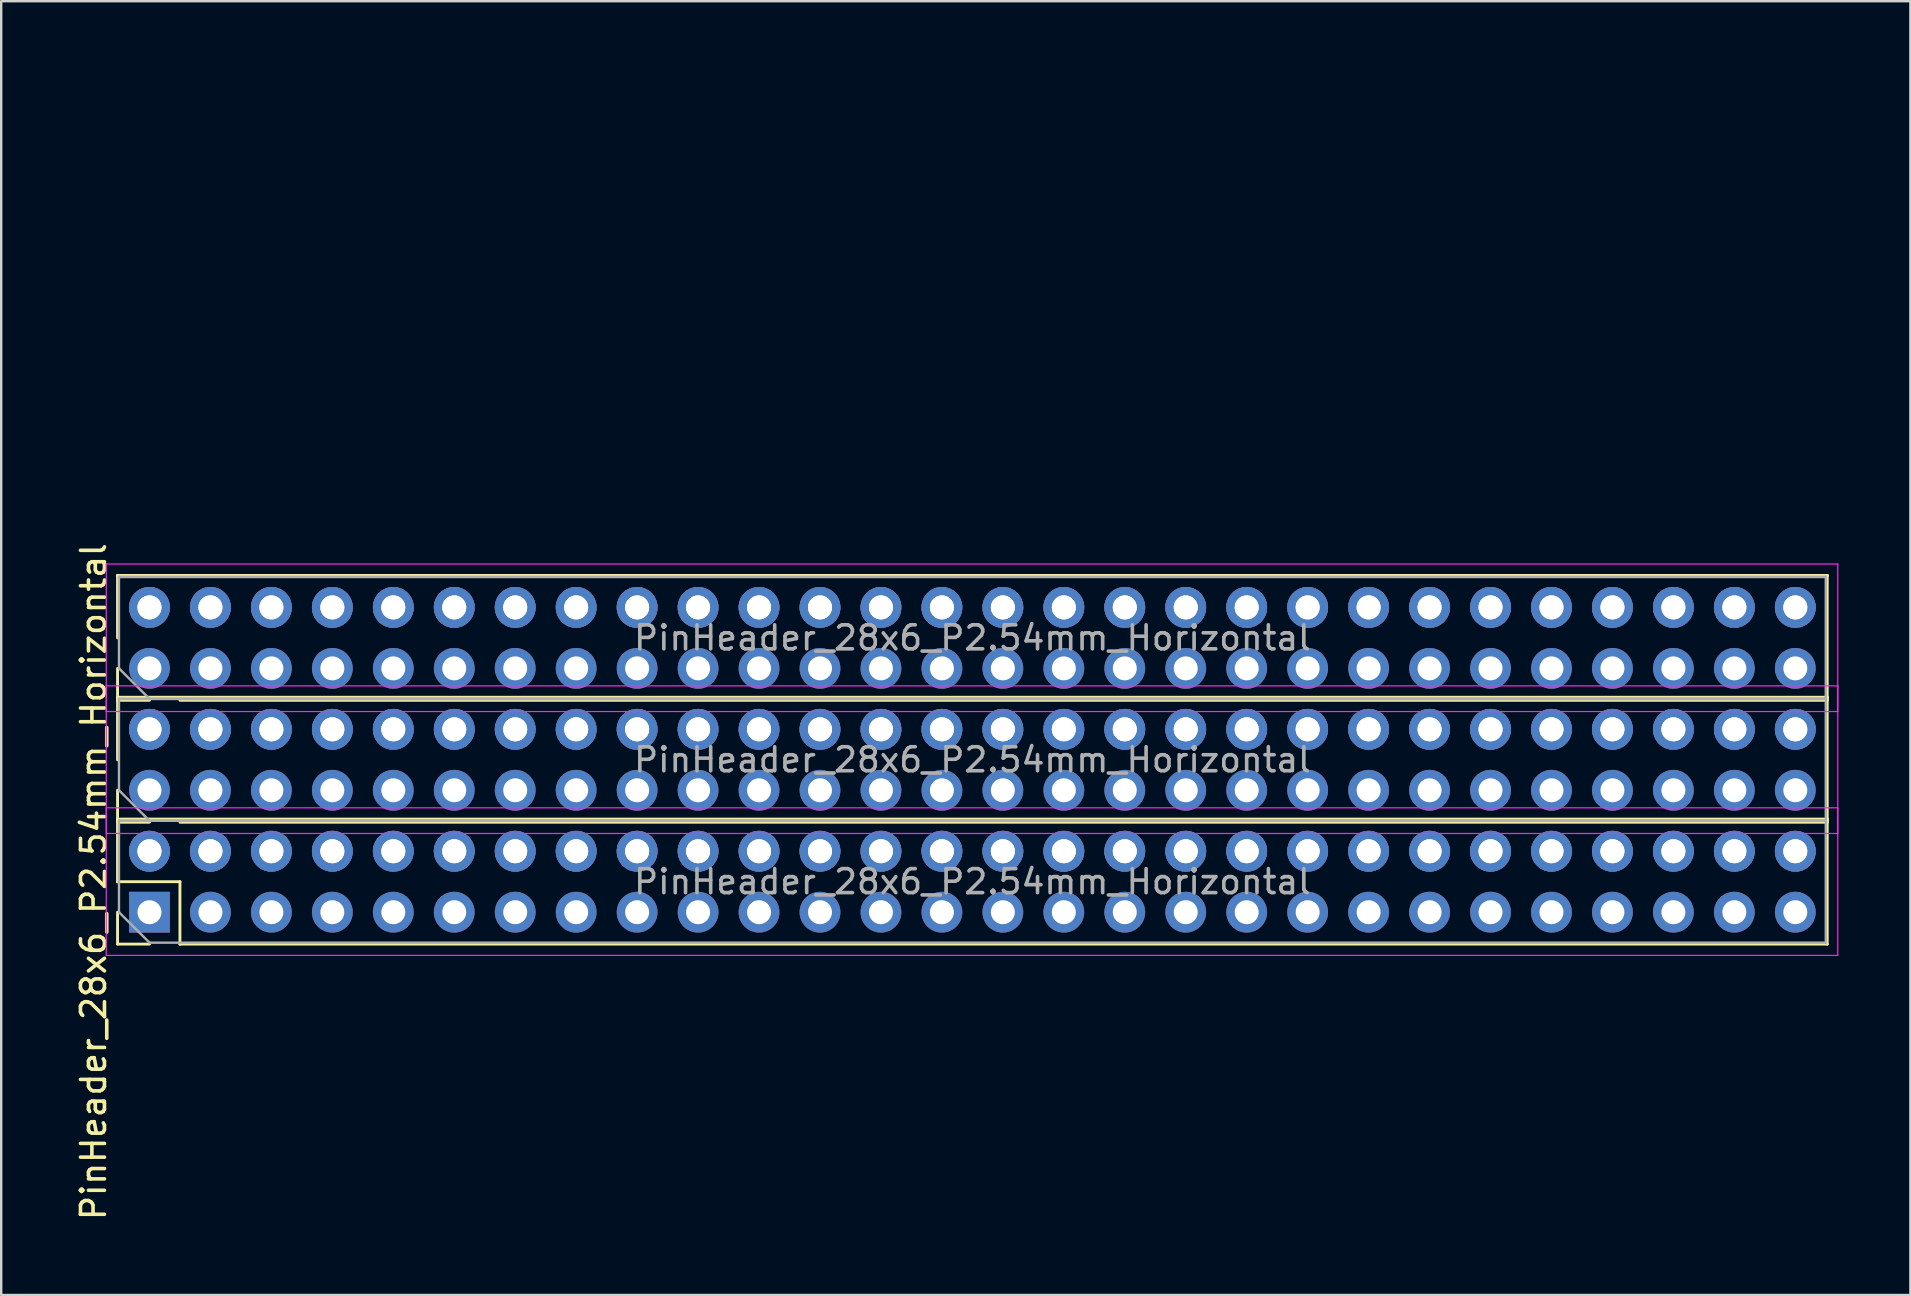
<source format=kicad_pcb>
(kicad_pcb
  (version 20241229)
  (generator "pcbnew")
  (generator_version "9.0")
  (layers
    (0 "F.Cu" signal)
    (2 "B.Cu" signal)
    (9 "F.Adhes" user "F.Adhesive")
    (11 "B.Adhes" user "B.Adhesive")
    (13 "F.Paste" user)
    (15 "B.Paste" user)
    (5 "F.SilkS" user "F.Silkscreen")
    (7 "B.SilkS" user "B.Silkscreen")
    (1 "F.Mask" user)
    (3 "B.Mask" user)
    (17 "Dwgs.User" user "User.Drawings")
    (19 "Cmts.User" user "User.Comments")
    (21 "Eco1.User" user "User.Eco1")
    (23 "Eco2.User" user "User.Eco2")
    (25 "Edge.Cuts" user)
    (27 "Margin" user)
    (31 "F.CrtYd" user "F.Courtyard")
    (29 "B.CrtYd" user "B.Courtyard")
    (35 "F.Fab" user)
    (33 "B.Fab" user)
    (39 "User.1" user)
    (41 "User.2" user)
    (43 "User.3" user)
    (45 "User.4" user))
  (footprint "PinHeader_28x6_P2.54mm_Horizontal"
    (layer "F.Cu")
    (at 34.508 0.25)
    (property "Reference" "PinHeader_28x6_P2.54mm_Horizontal" (at -33.66 33.44 90) (layer "F.SilkS") (effects (font (size 1 1) (thickness 0.15))))
    (attr through_hole)
    (fp_line (start -32.66 20.68) (end 38.58 20.68) (stroke (width 0.12) (type solid)) (layer "F.SilkS"))
    (fp_line (start -32.66 20.68) (end 38.58 20.68) (stroke (width 0.12) (type solid)) (layer "F.SilkS"))
    (fp_line (start -32.66 20.68) (end 38.58 20.68) (stroke (width 0.12) (type solid)) (layer "F.SilkS"))
    (fp_line (start -32.66 23.28) (end -32.66 20.68) (stroke (width 0.12) (type solid)) (layer "F.SilkS"))
    (fp_line (start -32.66 25.76) (end 38.58 25.76) (stroke (width 0.12) (type solid)) (layer "F.SilkS"))
    (fp_line (start -32.66 25.76) (end 38.58 25.76) (stroke (width 0.12) (type solid)) (layer "F.SilkS"))
    (fp_line (start -32.66 25.76) (end 38.58 25.76) (stroke (width 0.12) (type solid)) (layer "F.SilkS"))
    (fp_line (start -32.66 25.88) (end -32.66 24.55) (stroke (width 0.12) (type solid)) (layer "F.SilkS"))
    (fp_line (start -32.66 28.36) (end -32.66 25.76) (stroke (width 0.12) (type solid)) (layer "F.SilkS"))
    (fp_line (start -32.66 30.84) (end 38.58 30.84) (stroke (width 0.12) (type solid)) (layer "F.SilkS"))
    (fp_line (start -32.66 30.84) (end 38.58 30.84) (stroke (width 0.12) (type solid)) (layer "F.SilkS"))
    (fp_line (start -32.66 30.84) (end 38.58 30.84) (stroke (width 0.12) (type solid)) (layer "F.SilkS"))
    (fp_line (start -32.66 30.96) (end -32.66 29.63) (stroke (width 0.12) (type solid)) (layer "F.SilkS"))
    (fp_line (start -32.66 33.44) (end -32.66 30.84) (stroke (width 0.12) (type solid)) (layer "F.SilkS"))
    (fp_line (start -32.66 36.04) (end -32.66 34.71) (stroke (width 0.12) (type solid)) (layer "F.SilkS"))
    (fp_line (start -31.33 25.88) (end -32.66 25.88) (stroke (width 0.12) (type solid)) (layer "F.SilkS"))
    (fp_line (start -31.33 30.96) (end -32.66 30.96) (stroke (width 0.12) (type solid)) (layer "F.SilkS"))
    (fp_line (start -31.33 36.04) (end -32.66 36.04) (stroke (width 0.12) (type solid)) (layer "F.SilkS"))
    (fp_line (start -30.06 25.88) (end 38.58 25.88) (stroke (width 0.12) (type solid)) (layer "F.SilkS"))
    (fp_line (start -30.06 30.96) (end 38.58 30.96) (stroke (width 0.12) (type solid)) (layer "F.SilkS"))
    (fp_line (start -30.06 33.44) (end -32.66 33.44) (stroke (width 0.12) (type solid)) (layer "F.SilkS"))
    (fp_line (start -30.06 36.04) (end -30.06 33.44) (stroke (width 0.12) (type solid)) (layer "F.SilkS"))
    (fp_line (start -30.06 36.04) (end 38.58 36.04) (stroke (width 0.12) (type solid)) (layer "F.SilkS"))
    (fp_line (start 38.58 25.88) (end 38.58 20.68) (stroke (width 0.12) (type solid)) (layer "F.SilkS"))
    (fp_line (start 38.58 30.96) (end 38.58 25.76) (stroke (width 0.12) (type solid)) (layer "F.SilkS"))
    (fp_line (start 38.58 36.04) (end 38.58 30.84) (stroke (width 0.12) (type solid)) (layer "F.SilkS"))
    (fp_line (start -33.13 20.2) (end -33.13 26.35) (stroke (width 0.05) (type solid)) (layer "F.CrtYd"))
    (fp_line (start -33.13 25.28) (end -33.13 31.43) (stroke (width 0.05) (type solid)) (layer "F.CrtYd"))
    (fp_line (start -33.13 26.35) (end 39.02 26.35) (stroke (width 0.05) (type solid)) (layer "F.CrtYd"))
    (fp_line (start -33.13 30.36) (end -33.13 36.51) (stroke (width 0.05) (type solid)) (layer "F.CrtYd"))
    (fp_line (start -33.13 31.43) (end 39.02 31.43) (stroke (width 0.05) (type solid)) (layer "F.CrtYd"))
    (fp_line (start -33.13 36.51) (end 39.02 36.51) (stroke (width 0.05) (type solid)) (layer "F.CrtYd"))
    (fp_line (start 39.02 20.2) (end -33.13 20.2) (stroke (width 0.05) (type solid)) (layer "F.CrtYd"))
    (fp_line (start 39.02 25.28) (end -33.13 25.28) (stroke (width 0.05) (type solid)) (layer "F.CrtYd"))
    (fp_line (start 39.02 26.35) (end 39.02 20.2) (stroke (width 0.05) (type solid)) (layer "F.CrtYd"))
    (fp_line (start 39.02 30.36) (end -33.13 30.36) (stroke (width 0.05) (type solid)) (layer "F.CrtYd"))
    (fp_line (start 39.02 31.43) (end 39.02 25.28) (stroke (width 0.05) (type solid)) (layer "F.CrtYd"))
    (fp_line (start 39.02 36.51) (end 39.02 30.36) (stroke (width 0.05) (type solid)) (layer "F.CrtYd"))
    (fp_line (start -32.6 20.74) (end 38.52 20.74) (stroke (width 0.1) (type solid)) (layer "F.Fab"))
    (fp_line (start -32.6 20.74) (end 38.52 20.74) (stroke (width 0.1) (type solid)) (layer "F.Fab"))
    (fp_line (start -32.6 24.55) (end -32.6 20.74) (stroke (width 0.1) (type solid)) (layer "F.Fab"))
    (fp_line (start -32.6 25.82) (end 38.52 25.82) (stroke (width 0.1) (type solid)) (layer "F.Fab"))
    (fp_line (start -32.6 25.82) (end 38.52 25.82) (stroke (width 0.1) (type solid)) (layer "F.Fab"))
    (fp_line (start -32.6 29.63) (end -32.6 25.82) (stroke (width 0.1) (type solid)) (layer "F.Fab"))
    (fp_line (start -32.6 30.9) (end 38.52 30.9) (stroke (width 0.1) (type solid)) (layer "F.Fab"))
    (fp_line (start -32.6 30.9) (end 38.52 30.9) (stroke (width 0.1) (type solid)) (layer "F.Fab"))
    (fp_line (start -32.6 34.71) (end -32.6 30.9) (stroke (width 0.1) (type solid)) (layer "F.Fab"))
    (fp_line (start -31.33 25.82) (end -32.6 24.55) (stroke (width 0.1) (type solid)) (layer "F.Fab"))
    (fp_line (start -31.33 30.9) (end -32.6 29.63) (stroke (width 0.1) (type solid)) (layer "F.Fab"))
    (fp_line (start -31.33 35.98) (end -32.6 34.71) (stroke (width 0.1) (type solid)) (layer "F.Fab"))
    (fp_line (start 38.52 20.74) (end 38.52 25.82) (stroke (width 0.1) (type solid)) (layer "F.Fab"))
    (fp_line (start 38.52 25.82) (end -31.33 25.82) (stroke (width 0.1) (type solid)) (layer "F.Fab"))
    (fp_line (start 38.52 25.82) (end 38.52 30.9) (stroke (width 0.1) (type solid)) (layer "F.Fab"))
    (fp_line (start 38.52 30.9) (end -31.33 30.9) (stroke (width 0.1) (type solid)) (layer "F.Fab"))
    (fp_line (start 38.52 30.9) (end 38.52 35.98) (stroke (width 0.1) (type solid)) (layer "F.Fab"))
    (fp_line (start 38.52 35.98) (end -31.33 35.98) (stroke (width 0.1) (type solid)) (layer "F.Fab"))
    (fp_text user "${REFERENCE}" (at 2.96 33.44 180) (layer "F.Fab") (effects (font (size 1 1) (thickness 0.15))))
    (fp_text user "${REFERENCE}" (at 2.96 23.28 180) (layer "F.Fab") (effects (font (size 1 1) (thickness 0.15))))
    (fp_text user "${REFERENCE}" (at 2.96 28.36 180) (layer "F.Fab") (effects (font (size 1 1) (thickness 0.15))))
    (pad "1" thru_hole rect (at -31.33 34.71 90) (size 1.7 1.7) (drill 1) (layers "*.Cu" "*.Mask"))
    (pad "2" thru_hole oval (at -31.33 22.01 90) (size 1.7 1.7) (drill 1) (layers "*.Cu" "*.Mask"))
    (pad "2" thru_hole oval (at -31.33 22.01 90) (size 1.7 1.7) (drill 1) (layers "*.Cu" "*.Mask"))
    (pad "2" thru_hole oval (at -31.33 32.17 90) (size 1.7 1.7) (drill 1) (layers "*.Cu" "*.Mask"))
    (pad "3" thru_hole oval (at -31.33 32.17 90) (size 1.7 1.7) (drill 1) (layers "*.Cu" "*.Mask"))
    (pad "3" thru_hole oval (at -28.79 29.63 90) (size 1.7 1.7) (drill 1) (layers "*.Cu" "*.Mask"))
    (pad "4" thru_hole oval (at -31.33 27.09 90) (size 1.7 1.7) (drill 1) (layers "*.Cu" "*.Mask"))
    (pad "4" thru_hole oval (at -31.33 29.63 90) (size 1.7 1.7) (drill 1) (layers "*.Cu" "*.Mask"))
    (pad "5" thru_hole oval (at -31.33 27.09 90) (size 1.7 1.7) (drill 1) (layers "*.Cu" "*.Mask"))
    (pad "6" thru_hole oval (at -31.33 24.55 90) (size 1.7 1.7) (drill 1) (layers "*.Cu" "*.Mask"))
    (pad "7" thru_hole oval (at -28.79 34.71 90) (size 1.7 1.7) (drill 1) (layers "*.Cu" "*.Mask"))
    (pad "7" thru_hole oval (at -23.71 34.71 90) (size 1.7 1.7) (drill 1) (layers "*.Cu" "*.Mask"))
    (pad "8" thru_hole oval (at -28.79 32.17 90) (size 1.7 1.7) (drill 1) (layers "*.Cu" "*.Mask"))
    (pad "9" thru_hole oval (at -28.79 32.17 90) (size 1.7 1.7) (drill 1) (layers "*.Cu" "*.Mask"))
    (pad "9" thru_hole oval (at -21.17 24.55 90) (size 1.7 1.7) (drill 1) (layers "*.Cu" "*.Mask"))
    (pad "9" thru_hole oval (at -21.17 29.63 90) (size 1.7 1.7) (drill 1) (layers "*.Cu" "*.Mask"))
    (pad "9" thru_hole oval (at -21.17 34.71 90) (size 1.7 1.7) (drill 1) (layers "*.Cu" "*.Mask"))
    (pad "10" thru_hole oval (at -28.79 27.09 90) (size 1.7 1.7) (drill 1) (layers "*.Cu" "*.Mask"))
    (pad "10" thru_hole oval (at -21.17 22.01 90) (size 1.7 1.7) (drill 1) (layers "*.Cu" "*.Mask"))
    (pad "10" thru_hole oval (at -21.17 22.01 90) (size 1.7 1.7) (drill 1) (layers "*.Cu" "*.Mask"))
    (pad "10" thru_hole oval (at -21.17 27.09 90) (size 1.7 1.7) (drill 1) (layers "*.Cu" "*.Mask"))
    (pad "10" thru_hole oval (at -21.17 27.09 90) (size 1.7 1.7) (drill 1) (layers "*.Cu" "*.Mask"))
    (pad "10" thru_hole oval (at -21.17 32.17 90) (size 1.7 1.7) (drill 1) (layers "*.Cu" "*.Mask"))
    (pad "10" thru_hole oval (at -21.17 32.17 90) (size 1.7 1.7) (drill 1) (layers "*.Cu" "*.Mask"))
    (pad "11" thru_hole oval (at -28.79 27.09 90) (size 1.7 1.7) (drill 1) (layers "*.Cu" "*.Mask"))
    (pad "11" thru_hole oval (at -18.63 24.55 90) (size 1.7 1.7) (drill 1) (layers "*.Cu" "*.Mask"))
    (pad "11" thru_hole oval (at -18.63 29.63 90) (size 1.7 1.7) (drill 1) (layers "*.Cu" "*.Mask"))
    (pad "11" thru_hole oval (at -18.63 34.71 90) (size 1.7 1.7) (drill 1) (layers "*.Cu" "*.Mask"))
    (pad "12" thru_hole oval (at -28.79 24.55 90) (size 1.7 1.7) (drill 1) (layers "*.Cu" "*.Mask"))
    (pad "12" thru_hole oval (at -18.63 22.01 90) (size 1.7 1.7) (drill 1) (layers "*.Cu" "*.Mask"))
    (pad "12" thru_hole oval (at -18.63 22.01 90) (size 1.7 1.7) (drill 1) (layers "*.Cu" "*.Mask"))
    (pad "12" thru_hole oval (at -18.63 27.09 90) (size 1.7 1.7) (drill 1) (layers "*.Cu" "*.Mask"))
    (pad "12" thru_hole oval (at -18.63 27.09 90) (size 1.7 1.7) (drill 1) (layers "*.Cu" "*.Mask"))
    (pad "12" thru_hole oval (at -18.63 32.17 90) (size 1.7 1.7) (drill 1) (layers "*.Cu" "*.Mask"))
    (pad "12" thru_hole oval (at -18.63 32.17 90) (size 1.7 1.7) (drill 1) (layers "*.Cu" "*.Mask"))
    (pad "13" thru_hole oval (at -28.79 22.01 90) (size 1.7 1.7) (drill 1) (layers "*.Cu" "*.Mask"))
    (pad "13" thru_hole oval (at -16.09 24.55 90) (size 1.7 1.7) (drill 1) (layers "*.Cu" "*.Mask"))
    (pad "13" thru_hole oval (at -16.09 29.63 90) (size 1.7 1.7) (drill 1) (layers "*.Cu" "*.Mask"))
    (pad "13" thru_hole oval (at -16.09 34.71 90) (size 1.7 1.7) (drill 1) (layers "*.Cu" "*.Mask"))
    (pad "14" thru_hole oval (at -28.79 22.01 90) (size 1.7 1.7) (drill 1) (layers "*.Cu" "*.Mask"))
    (pad "14" thru_hole oval (at -16.09 22.01 90) (size 1.7 1.7) (drill 1) (layers "*.Cu" "*.Mask"))
    (pad "14" thru_hole oval (at -16.09 22.01 90) (size 1.7 1.7) (drill 1) (layers "*.Cu" "*.Mask"))
    (pad "14" thru_hole oval (at -16.09 27.09 90) (size 1.7 1.7) (drill 1) (layers "*.Cu" "*.Mask"))
    (pad "14" thru_hole oval (at -16.09 27.09 90) (size 1.7 1.7) (drill 1) (layers "*.Cu" "*.Mask"))
    (pad "14" thru_hole oval (at -16.09 32.17 90) (size 1.7 1.7) (drill 1) (layers "*.Cu" "*.Mask"))
    (pad "14" thru_hole oval (at -16.09 32.17 90) (size 1.7 1.7) (drill 1) (layers "*.Cu" "*.Mask"))
    (pad "15" thru_hole oval (at -26.25 34.71 90) (size 1.7 1.7) (drill 1) (layers "*.Cu" "*.Mask"))
    (pad "15" thru_hole oval (at -13.55 24.55 90) (size 1.7 1.7) (drill 1) (layers "*.Cu" "*.Mask"))
    (pad "15" thru_hole oval (at -13.55 29.63 90) (size 1.7 1.7) (drill 1) (layers "*.Cu" "*.Mask"))
    (pad "15" thru_hole oval (at -13.55 34.71 90) (size 1.7 1.7) (drill 1) (layers "*.Cu" "*.Mask"))
    (pad "16" thru_hole oval (at -26.25 32.17 90) (size 1.7 1.7) (drill 1) (layers "*.Cu" "*.Mask"))
    (pad "16" thru_hole oval (at -13.55 22.01 90) (size 1.7 1.7) (drill 1) (layers "*.Cu" "*.Mask"))
    (pad "16" thru_hole oval (at -13.55 22.01 90) (size 1.7 1.7) (drill 1) (layers "*.Cu" "*.Mask"))
    (pad "16" thru_hole oval (at -13.55 27.09 90) (size 1.7 1.7) (drill 1) (layers "*.Cu" "*.Mask"))
    (pad "16" thru_hole oval (at -13.55 27.09 90) (size 1.7 1.7) (drill 1) (layers "*.Cu" "*.Mask"))
    (pad "16" thru_hole oval (at -13.55 32.17 90) (size 1.7 1.7) (drill 1) (layers "*.Cu" "*.Mask"))
    (pad "16" thru_hole oval (at -13.55 32.17 90) (size 1.7 1.7) (drill 1) (layers "*.Cu" "*.Mask"))
    (pad "17" thru_hole oval (at -26.25 32.17 90) (size 1.7 1.7) (drill 1) (layers "*.Cu" "*.Mask"))
    (pad "17" thru_hole oval (at -11.01 24.55 90) (size 1.7 1.7) (drill 1) (layers "*.Cu" "*.Mask"))
    (pad "17" thru_hole oval (at -11.01 29.63 90) (size 1.7 1.7) (drill 1) (layers "*.Cu" "*.Mask"))
    (pad "17" thru_hole oval (at -11.01 34.71 90) (size 1.7 1.7) (drill 1) (layers "*.Cu" "*.Mask"))
    (pad "18" thru_hole oval (at -26.25 29.63 90) (size 1.7 1.7) (drill 1) (layers "*.Cu" "*.Mask"))
    (pad "18" thru_hole oval (at -11.01 22.01 90) (size 1.7 1.7) (drill 1) (layers "*.Cu" "*.Mask"))
    (pad "18" thru_hole oval (at -11.01 22.01 90) (size 1.7 1.7) (drill 1) (layers "*.Cu" "*.Mask"))
    (pad "18" thru_hole oval (at -11.01 27.09 90) (size 1.7 1.7) (drill 1) (layers "*.Cu" "*.Mask"))
    (pad "18" thru_hole oval (at -11.01 27.09 90) (size 1.7 1.7) (drill 1) (layers "*.Cu" "*.Mask"))
    (pad "18" thru_hole oval (at -11.01 32.17 90) (size 1.7 1.7) (drill 1) (layers "*.Cu" "*.Mask"))
    (pad "18" thru_hole oval (at -11.01 32.17 90) (size 1.7 1.7) (drill 1) (layers "*.Cu" "*.Mask"))
    (pad "19" thru_hole oval (at -26.25 27.09 90) (size 1.7 1.7) (drill 1) (layers "*.Cu" "*.Mask"))
    (pad "19" thru_hole oval (at -8.47 24.55 90) (size 1.7 1.7) (drill 1) (layers "*.Cu" "*.Mask"))
    (pad "19" thru_hole oval (at -8.47 29.63 90) (size 1.7 1.7) (drill 1) (layers "*.Cu" "*.Mask"))
    (pad "19" thru_hole oval (at -8.47 34.71 90) (size 1.7 1.7) (drill 1) (layers "*.Cu" "*.Mask"))
    (pad "20" thru_hole oval (at -26.25 27.09 90) (size 1.7 1.7) (drill 1) (layers "*.Cu" "*.Mask"))
    (pad "20" thru_hole oval (at -8.47 22.01 90) (size 1.7 1.7) (drill 1) (layers "*.Cu" "*.Mask"))
    (pad "20" thru_hole oval (at -8.47 22.01 90) (size 1.7 1.7) (drill 1) (layers "*.Cu" "*.Mask"))
    (pad "20" thru_hole oval (at -8.47 27.09 90) (size 1.7 1.7) (drill 1) (layers "*.Cu" "*.Mask"))
    (pad "20" thru_hole oval (at -8.47 27.09 90) (size 1.7 1.7) (drill 1) (layers "*.Cu" "*.Mask"))
    (pad "20" thru_hole oval (at -8.47 32.17 90) (size 1.7 1.7) (drill 1) (layers "*.Cu" "*.Mask"))
    (pad "20" thru_hole oval (at -8.47 32.17 90) (size 1.7 1.7) (drill 1) (layers "*.Cu" "*.Mask"))
    (pad "21" thru_hole oval (at -26.25 24.55 90) (size 1.7 1.7) (drill 1) (layers "*.Cu" "*.Mask"))
    (pad "21" thru_hole oval (at -5.93 24.55 90) (size 1.7 1.7) (drill 1) (layers "*.Cu" "*.Mask"))
    (pad "21" thru_hole oval (at -5.93 29.63 90) (size 1.7 1.7) (drill 1) (layers "*.Cu" "*.Mask"))
    (pad "21" thru_hole oval (at -5.93 34.71 90) (size 1.7 1.7) (drill 1) (layers "*.Cu" "*.Mask"))
    (pad "22" thru_hole oval (at -26.25 22.01 90) (size 1.7 1.7) (drill 1) (layers "*.Cu" "*.Mask"))
    (pad "22" thru_hole oval (at -5.93 22.01 90) (size 1.7 1.7) (drill 1) (layers "*.Cu" "*.Mask"))
    (pad "22" thru_hole oval (at -5.93 22.01 90) (size 1.7 1.7) (drill 1) (layers "*.Cu" "*.Mask"))
    (pad "22" thru_hole oval (at -5.93 27.09 90) (size 1.7 1.7) (drill 1) (layers "*.Cu" "*.Mask"))
    (pad "22" thru_hole oval (at -5.93 27.09 90) (size 1.7 1.7) (drill 1) (layers "*.Cu" "*.Mask"))
    (pad "22" thru_hole oval (at -5.93 32.17 90) (size 1.7 1.7) (drill 1) (layers "*.Cu" "*.Mask"))
    (pad "22" thru_hole oval (at -5.93 32.17 90) (size 1.7 1.7) (drill 1) (layers "*.Cu" "*.Mask"))
    (pad "23" thru_hole oval (at -26.25 22.01 90) (size 1.7 1.7) (drill 1) (layers "*.Cu" "*.Mask"))
    (pad "23" thru_hole oval (at -3.39 24.55 90) (size 1.7 1.7) (drill 1) (layers "*.Cu" "*.Mask"))
    (pad "23" thru_hole oval (at -3.39 29.63 90) (size 1.7 1.7) (drill 1) (layers "*.Cu" "*.Mask"))
    (pad "23" thru_hole oval (at -3.39 34.71 90) (size 1.7 1.7) (drill 1) (layers "*.Cu" "*.Mask"))
    (pad "24" thru_hole oval (at -3.39 22.01 90) (size 1.7 1.7) (drill 1) (layers "*.Cu" "*.Mask"))
    (pad "24" thru_hole oval (at -3.39 22.01 90) (size 1.7 1.7) (drill 1) (layers "*.Cu" "*.Mask"))
    (pad "24" thru_hole oval (at -3.39 27.09 90) (size 1.7 1.7) (drill 1) (layers "*.Cu" "*.Mask"))
    (pad "24" thru_hole oval (at -3.39 27.09 90) (size 1.7 1.7) (drill 1) (layers "*.Cu" "*.Mask"))
    (pad "24" thru_hole oval (at -3.39 32.17 90) (size 1.7 1.7) (drill 1) (layers "*.Cu" "*.Mask"))
    (pad "24" thru_hole oval (at -3.39 32.17 90) (size 1.7 1.7) (drill 1) (layers "*.Cu" "*.Mask"))
    (pad "25" thru_hole oval (at -23.71 32.17 90) (size 1.7 1.7) (drill 1) (layers "*.Cu" "*.Mask"))
    (pad "25" thru_hole oval (at -0.85 24.55 90) (size 1.7 1.7) (drill 1) (layers "*.Cu" "*.Mask"))
    (pad "25" thru_hole oval (at -0.85 29.63 90) (size 1.7 1.7) (drill 1) (layers "*.Cu" "*.Mask"))
    (pad "25" thru_hole oval (at -0.85 34.71 90) (size 1.7 1.7) (drill 1) (layers "*.Cu" "*.Mask"))
    (pad "26" thru_hole oval (at -23.71 32.17 90) (size 1.7 1.7) (drill 1) (layers "*.Cu" "*.Mask"))
    (pad "26" thru_hole oval (at -0.85 22.01 90) (size 1.7 1.7) (drill 1) (layers "*.Cu" "*.Mask"))
    (pad "26" thru_hole oval (at -0.85 22.01 90) (size 1.7 1.7) (drill 1) (layers "*.Cu" "*.Mask"))
    (pad "26" thru_hole oval (at -0.85 27.09 90) (size 1.7 1.7) (drill 1) (layers "*.Cu" "*.Mask"))
    (pad "26" thru_hole oval (at -0.85 27.09 90) (size 1.7 1.7) (drill 1) (layers "*.Cu" "*.Mask"))
    (pad "26" thru_hole oval (at -0.85 32.17 90) (size 1.7 1.7) (drill 1) (layers "*.Cu" "*.Mask"))
    (pad "26" thru_hole oval (at -0.85 32.17 90) (size 1.7 1.7) (drill 1) (layers "*.Cu" "*.Mask"))
    (pad "27" thru_hole oval (at -23.71 27.09 90) (size 1.7 1.7) (drill 1) (layers "*.Cu" "*.Mask"))
    (pad "27" thru_hole oval (at 1.69 24.55 90) (size 1.7 1.7) (drill 1) (layers "*.Cu" "*.Mask"))
    (pad "27" thru_hole oval (at 1.69 29.63 90) (size 1.7 1.7) (drill 1) (layers "*.Cu" "*.Mask"))
    (pad "27" thru_hole oval (at 1.69 34.71 90) (size 1.7 1.7) (drill 1) (layers "*.Cu" "*.Mask"))
    (pad "28" thru_hole oval (at -23.71 27.09 90) (size 1.7 1.7) (drill 1) (layers "*.Cu" "*.Mask"))
    (pad "28" thru_hole oval (at 1.69 22.01 90) (size 1.7 1.7) (drill 1) (layers "*.Cu" "*.Mask"))
    (pad "28" thru_hole oval (at 1.69 22.01 90) (size 1.7 1.7) (drill 1) (layers "*.Cu" "*.Mask"))
    (pad "28" thru_hole oval (at 1.69 27.09 90) (size 1.7 1.7) (drill 1) (layers "*.Cu" "*.Mask"))
    (pad "28" thru_hole oval (at 1.69 27.09 90) (size 1.7 1.7) (drill 1) (layers "*.Cu" "*.Mask"))
    (pad "28" thru_hole oval (at 1.69 32.17 90) (size 1.7 1.7) (drill 1) (layers "*.Cu" "*.Mask"))
    (pad "28" thru_hole oval (at 1.69 32.17 90) (size 1.7 1.7) (drill 1) (layers "*.Cu" "*.Mask"))
    (pad "29" thru_hole oval (at -23.71 29.63 90) (size 1.7 1.7) (drill 1) (layers "*.Cu" "*.Mask"))
    (pad "29" thru_hole oval (at 4.23 24.55 90) (size 1.7 1.7) (drill 1) (layers "*.Cu" "*.Mask"))
    (pad "29" thru_hole oval (at 4.23 29.63 90) (size 1.7 1.7) (drill 1) (layers "*.Cu" "*.Mask"))
    (pad "29" thru_hole oval (at 4.23 34.71 90) (size 1.7 1.7) (drill 1) (layers "*.Cu" "*.Mask"))
    (pad "30" thru_hole oval (at -23.71 24.55 90) (size 1.7 1.7) (drill 1) (layers "*.Cu" "*.Mask"))
    (pad "30" thru_hole oval (at 4.23 22.01 90) (size 1.7 1.7) (drill 1) (layers "*.Cu" "*.Mask"))
    (pad "30" thru_hole oval (at 4.23 22.01 90) (size 1.7 1.7) (drill 1) (layers "*.Cu" "*.Mask"))
    (pad "30" thru_hole oval (at 4.23 27.09 90) (size 1.7 1.7) (drill 1) (layers "*.Cu" "*.Mask"))
    (pad "30" thru_hole oval (at 4.23 27.09 90) (size 1.7 1.7) (drill 1) (layers "*.Cu" "*.Mask"))
    (pad "30" thru_hole oval (at 4.23 32.17 90) (size 1.7 1.7) (drill 1) (layers "*.Cu" "*.Mask"))
    (pad "30" thru_hole oval (at 4.23 32.17 90) (size 1.7 1.7) (drill 1) (layers "*.Cu" "*.Mask"))
    (pad "31" thru_hole oval (at -23.71 22.01 90) (size 1.7 1.7) (drill 1) (layers "*.Cu" "*.Mask"))
    (pad "31" thru_hole oval (at 6.77 24.55 90) (size 1.7 1.7) (drill 1) (layers "*.Cu" "*.Mask"))
    (pad "31" thru_hole oval (at 6.77 29.63 90) (size 1.7 1.7) (drill 1) (layers "*.Cu" "*.Mask"))
    (pad "31" thru_hole oval (at 6.77 34.71 90) (size 1.7 1.7) (drill 1) (layers "*.Cu" "*.Mask"))
    (pad "32" thru_hole oval (at -23.71 22.01 90) (size 1.7 1.7) (drill 1) (layers "*.Cu" "*.Mask"))
    (pad "32" thru_hole oval (at 6.77 22.01 90) (size 1.7 1.7) (drill 1) (layers "*.Cu" "*.Mask"))
    (pad "32" thru_hole oval (at 6.77 22.01 90) (size 1.7 1.7) (drill 1) (layers "*.Cu" "*.Mask"))
    (pad "32" thru_hole oval (at 6.77 27.09 90) (size 1.7 1.7) (drill 1) (layers "*.Cu" "*.Mask"))
    (pad "32" thru_hole oval (at 6.77 27.09 90) (size 1.7 1.7) (drill 1) (layers "*.Cu" "*.Mask"))
    (pad "32" thru_hole oval (at 6.77 32.17 90) (size 1.7 1.7) (drill 1) (layers "*.Cu" "*.Mask"))
    (pad "32" thru_hole oval (at 6.77 32.17 90) (size 1.7 1.7) (drill 1) (layers "*.Cu" "*.Mask"))
    (pad "33" thru_hole oval (at 9.31 24.55 90) (size 1.7 1.7) (drill 1) (layers "*.Cu" "*.Mask"))
    (pad "33" thru_hole oval (at 9.31 29.63 90) (size 1.7 1.7) (drill 1) (layers "*.Cu" "*.Mask"))
    (pad "33" thru_hole oval (at 9.31 34.71 90) (size 1.7 1.7) (drill 1) (layers "*.Cu" "*.Mask"))
    (pad "34" thru_hole oval (at 9.31 22.01 90) (size 1.7 1.7) (drill 1) (layers "*.Cu" "*.Mask"))
    (pad "34" thru_hole oval (at 9.31 22.01 90) (size 1.7 1.7) (drill 1) (layers "*.Cu" "*.Mask"))
    (pad "34" thru_hole oval (at 9.31 27.09 90) (size 1.7 1.7) (drill 1) (layers "*.Cu" "*.Mask"))
    (pad "34" thru_hole oval (at 9.31 27.09 90) (size 1.7 1.7) (drill 1) (layers "*.Cu" "*.Mask"))
    (pad "34" thru_hole oval (at 9.31 32.17 90) (size 1.7 1.7) (drill 1) (layers "*.Cu" "*.Mask"))
    (pad "34" thru_hole oval (at 9.31 32.17 90) (size 1.7 1.7) (drill 1) (layers "*.Cu" "*.Mask"))
    (pad "35" thru_hole oval (at 11.85 24.55 90) (size 1.7 1.7) (drill 1) (layers "*.Cu" "*.Mask"))
    (pad "35" thru_hole oval (at 11.85 29.63 90) (size 1.7 1.7) (drill 1) (layers "*.Cu" "*.Mask"))
    (pad "35" thru_hole oval (at 11.85 34.71 90) (size 1.7 1.7) (drill 1) (layers "*.Cu" "*.Mask"))
    (pad "36" thru_hole oval (at 11.85 22.01 90) (size 1.7 1.7) (drill 1) (layers "*.Cu" "*.Mask"))
    (pad "36" thru_hole oval (at 11.85 22.01 90) (size 1.7 1.7) (drill 1) (layers "*.Cu" "*.Mask"))
    (pad "36" thru_hole oval (at 11.85 27.09 90) (size 1.7 1.7) (drill 1) (layers "*.Cu" "*.Mask"))
    (pad "36" thru_hole oval (at 11.85 27.09 90) (size 1.7 1.7) (drill 1) (layers "*.Cu" "*.Mask"))
    (pad "36" thru_hole oval (at 11.85 32.17 90) (size 1.7 1.7) (drill 1) (layers "*.Cu" "*.Mask"))
    (pad "36" thru_hole oval (at 11.85 32.17 90) (size 1.7 1.7) (drill 1) (layers "*.Cu" "*.Mask"))
    (pad "37" thru_hole oval (at 14.39 24.55 90) (size 1.7 1.7) (drill 1) (layers "*.Cu" "*.Mask"))
    (pad "37" thru_hole oval (at 14.39 29.63 90) (size 1.7 1.7) (drill 1) (layers "*.Cu" "*.Mask"))
    (pad "37" thru_hole oval (at 14.39 34.71 90) (size 1.7 1.7) (drill 1) (layers "*.Cu" "*.Mask"))
    (pad "38" thru_hole oval (at 14.39 22.01 90) (size 1.7 1.7) (drill 1) (layers "*.Cu" "*.Mask"))
    (pad "38" thru_hole oval (at 14.39 22.01 90) (size 1.7 1.7) (drill 1) (layers "*.Cu" "*.Mask"))
    (pad "38" thru_hole oval (at 14.39 27.09 90) (size 1.7 1.7) (drill 1) (layers "*.Cu" "*.Mask"))
    (pad "38" thru_hole oval (at 14.39 27.09 90) (size 1.7 1.7) (drill 1) (layers "*.Cu" "*.Mask"))
    (pad "38" thru_hole oval (at 14.39 32.17 90) (size 1.7 1.7) (drill 1) (layers "*.Cu" "*.Mask"))
    (pad "38" thru_hole oval (at 14.39 32.17 90) (size 1.7 1.7) (drill 1) (layers "*.Cu" "*.Mask"))
    (pad "39" thru_hole oval (at 16.93 24.55 90) (size 1.7 1.7) (drill 1) (layers "*.Cu" "*.Mask"))
    (pad "39" thru_hole oval (at 16.93 29.63 90) (size 1.7 1.7) (drill 1) (layers "*.Cu" "*.Mask"))
    (pad "39" thru_hole oval (at 16.93 34.71 90) (size 1.7 1.7) (drill 1) (layers "*.Cu" "*.Mask"))
    (pad "40" thru_hole oval (at 16.93 22.01 90) (size 1.7 1.7) (drill 1) (layers "*.Cu" "*.Mask"))
    (pad "40" thru_hole oval (at 16.93 22.01 90) (size 1.7 1.7) (drill 1) (layers "*.Cu" "*.Mask"))
    (pad "40" thru_hole oval (at 16.93 27.09 90) (size 1.7 1.7) (drill 1) (layers "*.Cu" "*.Mask"))
    (pad "40" thru_hole oval (at 16.93 27.09 90) (size 1.7 1.7) (drill 1) (layers "*.Cu" "*.Mask"))
    (pad "40" thru_hole oval (at 16.93 32.17 90) (size 1.7 1.7) (drill 1) (layers "*.Cu" "*.Mask"))
    (pad "40" thru_hole oval (at 16.93 32.17 90) (size 1.7 1.7) (drill 1) (layers "*.Cu" "*.Mask"))
    (pad "41" thru_hole oval (at 19.47 24.55 90) (size 1.7 1.7) (drill 1) (layers "*.Cu" "*.Mask"))
    (pad "41" thru_hole oval (at 19.47 29.63 90) (size 1.7 1.7) (drill 1) (layers "*.Cu" "*.Mask"))
    (pad "41" thru_hole oval (at 19.47 34.71 90) (size 1.7 1.7) (drill 1) (layers "*.Cu" "*.Mask"))
    (pad "42" thru_hole oval (at 19.47 22.01 90) (size 1.7 1.7) (drill 1) (layers "*.Cu" "*.Mask"))
    (pad "42" thru_hole oval (at 19.47 22.01 90) (size 1.7 1.7) (drill 1) (layers "*.Cu" "*.Mask"))
    (pad "42" thru_hole oval (at 19.47 27.09 90) (size 1.7 1.7) (drill 1) (layers "*.Cu" "*.Mask"))
    (pad "42" thru_hole oval (at 19.47 27.09 90) (size 1.7 1.7) (drill 1) (layers "*.Cu" "*.Mask"))
    (pad "42" thru_hole oval (at 19.47 32.17 90) (size 1.7 1.7) (drill 1) (layers "*.Cu" "*.Mask"))
    (pad "42" thru_hole oval (at 19.47 32.17 90) (size 1.7 1.7) (drill 1) (layers "*.Cu" "*.Mask"))
    (pad "43" thru_hole oval (at 22.01 24.55 90) (size 1.7 1.7) (drill 1) (layers "*.Cu" "*.Mask"))
    (pad "43" thru_hole oval (at 22.01 29.63 90) (size 1.7 1.7) (drill 1) (layers "*.Cu" "*.Mask"))
    (pad "43" thru_hole oval (at 22.01 34.71 90) (size 1.7 1.7) (drill 1) (layers "*.Cu" "*.Mask"))
    (pad "44" thru_hole oval (at 22.01 22.01 90) (size 1.7 1.7) (drill 1) (layers "*.Cu" "*.Mask"))
    (pad "44" thru_hole oval (at 22.01 22.01 90) (size 1.7 1.7) (drill 1) (layers "*.Cu" "*.Mask"))
    (pad "44" thru_hole oval (at 22.01 27.09 90) (size 1.7 1.7) (drill 1) (layers "*.Cu" "*.Mask"))
    (pad "44" thru_hole oval (at 22.01 27.09 90) (size 1.7 1.7) (drill 1) (layers "*.Cu" "*.Mask"))
    (pad "44" thru_hole oval (at 22.01 32.17 90) (size 1.7 1.7) (drill 1) (layers "*.Cu" "*.Mask"))
    (pad "44" thru_hole oval (at 22.01 32.17 90) (size 1.7 1.7) (drill 1) (layers "*.Cu" "*.Mask"))
    (pad "45" thru_hole oval (at 24.55 24.55 90) (size 1.7 1.7) (drill 1) (layers "*.Cu" "*.Mask"))
    (pad "45" thru_hole oval (at 24.55 29.63 90) (size 1.7 1.7) (drill 1) (layers "*.Cu" "*.Mask"))
    (pad "45" thru_hole oval (at 24.55 34.71 90) (size 1.7 1.7) (drill 1) (layers "*.Cu" "*.Mask"))
    (pad "46" thru_hole oval (at 24.55 22.01 90) (size 1.7 1.7) (drill 1) (layers "*.Cu" "*.Mask"))
    (pad "46" thru_hole oval (at 24.55 22.01 90) (size 1.7 1.7) (drill 1) (layers "*.Cu" "*.Mask"))
    (pad "46" thru_hole oval (at 24.55 27.09 90) (size 1.7 1.7) (drill 1) (layers "*.Cu" "*.Mask"))
    (pad "46" thru_hole oval (at 24.55 27.09 90) (size 1.7 1.7) (drill 1) (layers "*.Cu" "*.Mask"))
    (pad "46" thru_hole oval (at 24.55 32.17 90) (size 1.7 1.7) (drill 1) (layers "*.Cu" "*.Mask"))
    (pad "46" thru_hole oval (at 24.55 32.17 90) (size 1.7 1.7) (drill 1) (layers "*.Cu" "*.Mask"))
    (pad "47" thru_hole oval (at 27.09 24.55 90) (size 1.7 1.7) (drill 1) (layers "*.Cu" "*.Mask"))
    (pad "47" thru_hole oval (at 27.09 29.63 90) (size 1.7 1.7) (drill 1) (layers "*.Cu" "*.Mask"))
    (pad "47" thru_hole oval (at 27.09 34.71 90) (size 1.7 1.7) (drill 1) (layers "*.Cu" "*.Mask"))
    (pad "48" thru_hole oval (at 27.09 22.01 90) (size 1.7 1.7) (drill 1) (layers "*.Cu" "*.Mask"))
    (pad "48" thru_hole oval (at 27.09 22.01 90) (size 1.7 1.7) (drill 1) (layers "*.Cu" "*.Mask"))
    (pad "48" thru_hole oval (at 27.09 27.09 90) (size 1.7 1.7) (drill 1) (layers "*.Cu" "*.Mask"))
    (pad "48" thru_hole oval (at 27.09 27.09 90) (size 1.7 1.7) (drill 1) (layers "*.Cu" "*.Mask"))
    (pad "48" thru_hole oval (at 27.09 32.17 90) (size 1.7 1.7) (drill 1) (layers "*.Cu" "*.Mask"))
    (pad "48" thru_hole oval (at 27.09 32.17 90) (size 1.7 1.7) (drill 1) (layers "*.Cu" "*.Mask"))
    (pad "49" thru_hole oval (at 29.63 24.55 90) (size 1.7 1.7) (drill 1) (layers "*.Cu" "*.Mask"))
    (pad "49" thru_hole oval (at 29.63 29.63 90) (size 1.7 1.7) (drill 1) (layers "*.Cu" "*.Mask"))
    (pad "49" thru_hole oval (at 29.63 34.71 90) (size 1.7 1.7) (drill 1) (layers "*.Cu" "*.Mask"))
    (pad "50" thru_hole oval (at 29.63 22.01 90) (size 1.7 1.7) (drill 1) (layers "*.Cu" "*.Mask"))
    (pad "50" thru_hole oval (at 29.63 22.01 90) (size 1.7 1.7) (drill 1) (layers "*.Cu" "*.Mask"))
    (pad "50" thru_hole oval (at 29.63 27.09 90) (size 1.7 1.7) (drill 1) (layers "*.Cu" "*.Mask"))
    (pad "50" thru_hole oval (at 29.63 27.09 90) (size 1.7 1.7) (drill 1) (layers "*.Cu" "*.Mask"))
    (pad "50" thru_hole oval (at 29.63 32.17 90) (size 1.7 1.7) (drill 1) (layers "*.Cu" "*.Mask"))
    (pad "50" thru_hole oval (at 29.63 32.17 90) (size 1.7 1.7) (drill 1) (layers "*.Cu" "*.Mask"))
    (pad "51" thru_hole oval (at 32.17 24.55 90) (size 1.7 1.7) (drill 1) (layers "*.Cu" "*.Mask"))
    (pad "51" thru_hole oval (at 32.17 29.63 90) (size 1.7 1.7) (drill 1) (layers "*.Cu" "*.Mask"))
    (pad "51" thru_hole oval (at 32.17 34.71 90) (size 1.7 1.7) (drill 1) (layers "*.Cu" "*.Mask"))
    (pad "52" thru_hole oval (at 32.17 22.01 90) (size 1.7 1.7) (drill 1) (layers "*.Cu" "*.Mask"))
    (pad "52" thru_hole oval (at 32.17 22.01 90) (size 1.7 1.7) (drill 1) (layers "*.Cu" "*.Mask"))
    (pad "52" thru_hole oval (at 32.17 27.09 90) (size 1.7 1.7) (drill 1) (layers "*.Cu" "*.Mask"))
    (pad "52" thru_hole oval (at 32.17 27.09 90) (size 1.7 1.7) (drill 1) (layers "*.Cu" "*.Mask"))
    (pad "52" thru_hole oval (at 32.17 32.17 90) (size 1.7 1.7) (drill 1) (layers "*.Cu" "*.Mask"))
    (pad "52" thru_hole oval (at 32.17 32.17 90) (size 1.7 1.7) (drill 1) (layers "*.Cu" "*.Mask"))
    (pad "53" thru_hole oval (at 34.71 24.55 90) (size 1.7 1.7) (drill 1) (layers "*.Cu" "*.Mask"))
    (pad "53" thru_hole oval (at 34.71 29.63 90) (size 1.7 1.7) (drill 1) (layers "*.Cu" "*.Mask"))
    (pad "53" thru_hole oval (at 34.71 34.71 90) (size 1.7 1.7) (drill 1) (layers "*.Cu" "*.Mask"))
    (pad "54" thru_hole oval (at 34.71 22.01 90) (size 1.7 1.7) (drill 1) (layers "*.Cu" "*.Mask"))
    (pad "54" thru_hole oval (at 34.71 22.01 90) (size 1.7 1.7) (drill 1) (layers "*.Cu" "*.Mask"))
    (pad "54" thru_hole oval (at 34.71 27.09 90) (size 1.7 1.7) (drill 1) (layers "*.Cu" "*.Mask"))
    (pad "54" thru_hole oval (at 34.71 27.09 90) (size 1.7 1.7) (drill 1) (layers "*.Cu" "*.Mask"))
    (pad "54" thru_hole oval (at 34.71 32.17 90) (size 1.7 1.7) (drill 1) (layers "*.Cu" "*.Mask"))
    (pad "54" thru_hole oval (at 34.71 32.17 90) (size 1.7 1.7) (drill 1) (layers "*.Cu" "*.Mask"))
    (pad "55" thru_hole oval (at 37.25 24.55 90) (size 1.7 1.7) (drill 1) (layers "*.Cu" "*.Mask"))
    (pad "55" thru_hole oval (at 37.25 29.63 90) (size 1.7 1.7) (drill 1) (layers "*.Cu" "*.Mask"))
    (pad "55" thru_hole oval (at 37.25 34.71 90) (size 1.7 1.7) (drill 1) (layers "*.Cu" "*.Mask"))
    (pad "56" thru_hole oval (at 37.25 22.01 90) (size 1.7 1.7) (drill 1) (layers "*.Cu" "*.Mask"))
    (pad "56" thru_hole oval (at 37.25 22.01 90) (size 1.7 1.7) (drill 1) (layers "*.Cu" "*.Mask"))
    (pad "56" thru_hole oval (at 37.25 27.09 90) (size 1.7 1.7) (drill 1) (layers "*.Cu" "*.Mask"))
    (pad "56" thru_hole oval (at 37.25 27.09 90) (size 1.7 1.7) (drill 1) (layers "*.Cu" "*.Mask"))
    (pad "56" thru_hole oval (at 37.25 32.17 90) (size 1.7 1.7) (drill 1) (layers "*.Cu" "*.Mask"))
    (pad "56" thru_hole oval (at 37.25 32.17 90) (size 1.7 1.7) (drill 1) (layers "*.Cu" "*.Mask")))
  (gr_rect
    (start -3 -3)
    (end 76.553 50.91)
    (stroke (width 0.1) (type default))
    (fill no)
    (layer "Edge.Cuts")))
</source>
